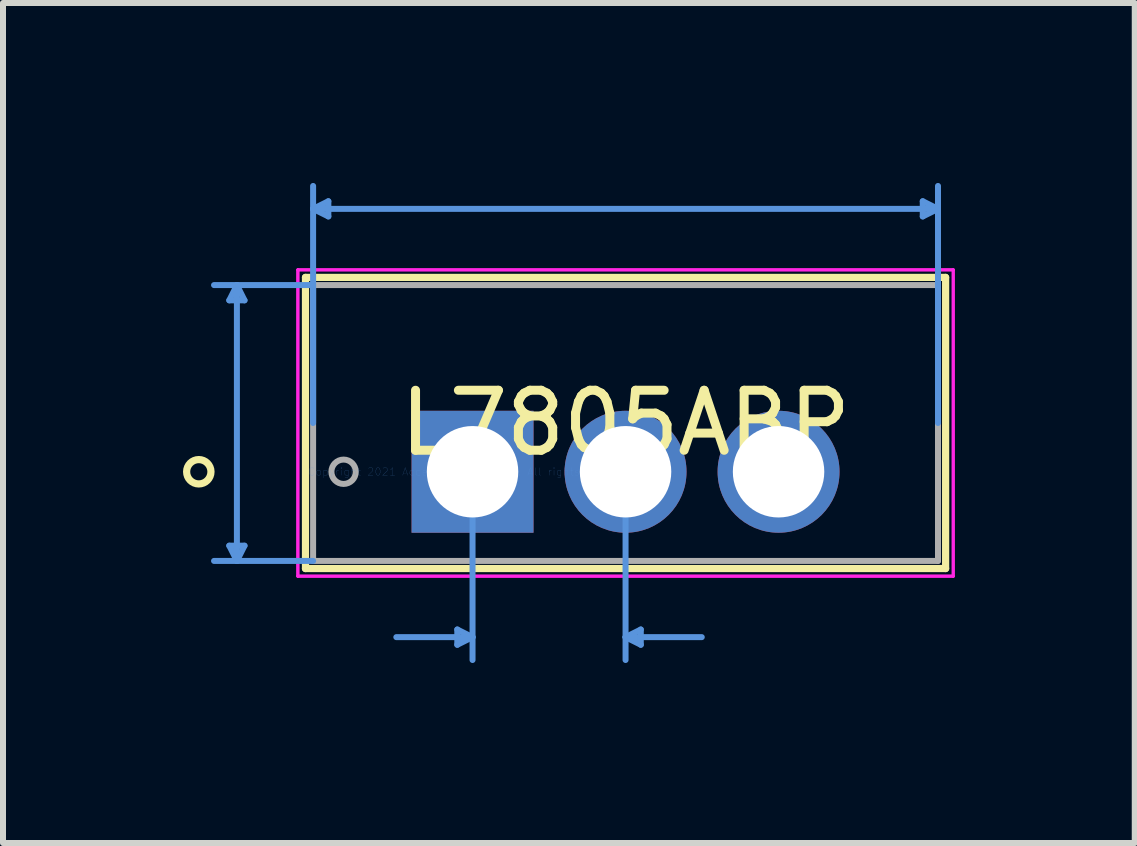
<source format=kicad_pcb>
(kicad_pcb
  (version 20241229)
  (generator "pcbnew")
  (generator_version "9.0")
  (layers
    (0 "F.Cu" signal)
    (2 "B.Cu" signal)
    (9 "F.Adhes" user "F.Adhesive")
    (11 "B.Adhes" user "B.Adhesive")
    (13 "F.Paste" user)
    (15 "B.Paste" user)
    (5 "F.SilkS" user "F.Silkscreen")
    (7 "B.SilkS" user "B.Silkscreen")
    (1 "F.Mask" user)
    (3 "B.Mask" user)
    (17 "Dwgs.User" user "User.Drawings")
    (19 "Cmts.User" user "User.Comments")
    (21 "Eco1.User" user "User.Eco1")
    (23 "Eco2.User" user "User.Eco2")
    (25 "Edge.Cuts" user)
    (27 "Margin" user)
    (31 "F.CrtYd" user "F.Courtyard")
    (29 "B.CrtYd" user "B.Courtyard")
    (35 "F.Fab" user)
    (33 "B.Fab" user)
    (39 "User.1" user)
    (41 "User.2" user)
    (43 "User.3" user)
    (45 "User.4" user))
  (footprint "L7805ABP"
    (layer "F.Cu")
    (at 4.825 4.812)
    (property "Reference" "L7805ABP" (at 2.55 -0.813 0) (layer "F.SilkS") (effects (font (size 1 1) (thickness 0.15))))
    (attr through_hole)
    (fp_line (start -2.784 -3.239) (end -2.784 1.613) (stroke (width 0.12) (type solid)) (layer "F.SilkS"))
    (fp_line (start -2.784 1.613) (end 7.884 1.613) (stroke (width 0.12) (type solid)) (layer "F.SilkS"))
    (fp_line (start 7.884 -3.239) (end -2.784 -3.239) (stroke (width 0.12) (type solid)) (layer "F.SilkS"))
    (fp_line (start 7.884 1.613) (end 7.884 -3.239) (stroke (width 0.12) (type solid)) (layer "F.SilkS"))
    (fp_circle (center -4.562 0) (end -4.359 0) (stroke (width 0.12) (type solid)) (fill no) (layer "F.SilkS"))
    (fp_line (start -4.054 -2.857) (end -3.8 -2.857) (stroke (width 0.1) (type solid)) (layer "Cmts.User"))
    (fp_line (start -4.054 1.232) (end -3.8 1.232) (stroke (width 0.1) (type solid)) (layer "Cmts.User"))
    (fp_line (start -3.927 -3.111) (end -4.054 -2.857) (stroke (width 0.1) (type solid)) (layer "Cmts.User"))
    (fp_line (start -3.927 -3.111) (end -3.927 1.486) (stroke (width 0.1) (type solid)) (layer "Cmts.User"))
    (fp_line (start -3.927 -3.111) (end -3.8 -2.857) (stroke (width 0.1) (type solid)) (layer "Cmts.User"))
    (fp_line (start -3.927 1.486) (end -4.054 1.232) (stroke (width 0.1) (type solid)) (layer "Cmts.User"))
    (fp_line (start -3.927 1.486) (end -3.8 1.232) (stroke (width 0.1) (type solid)) (layer "Cmts.User"))
    (fp_line (start -2.657 -4.381) (end -2.403 -4.508) (stroke (width 0.1) (type solid)) (layer "Cmts.User"))
    (fp_line (start -2.657 -4.381) (end -2.403 -4.255) (stroke (width 0.1) (type solid)) (layer "Cmts.User"))
    (fp_line (start -2.657 -4.381) (end 7.757 -4.381) (stroke (width 0.1) (type solid)) (layer "Cmts.User"))
    (fp_line (start -2.657 -3.111) (end -4.308 -3.111) (stroke (width 0.1) (type solid)) (layer "Cmts.User"))
    (fp_line (start -2.657 -0.813) (end -2.657 -4.763) (stroke (width 0.1) (type solid)) (layer "Cmts.User"))
    (fp_line (start -2.657 1.486) (end -4.308 1.486) (stroke (width 0.1) (type solid)) (layer "Cmts.User"))
    (fp_line (start -2.403 -4.508) (end -2.403 -4.255) (stroke (width 0.1) (type solid)) (layer "Cmts.User"))
    (fp_line (start -0.254 2.629) (end -0.254 2.883) (stroke (width 0.1) (type solid)) (layer "Cmts.User"))
    (fp_line (start 0 0) (end 0 3.137) (stroke (width 0.1) (type solid)) (layer "Cmts.User"))
    (fp_line (start 0 2.756) (end -1.27 2.756) (stroke (width 0.1) (type solid)) (layer "Cmts.User"))
    (fp_line (start 0 2.756) (end -0.254 2.629) (stroke (width 0.1) (type solid)) (layer "Cmts.User"))
    (fp_line (start 0 2.756) (end -0.254 2.883) (stroke (width 0.1) (type solid)) (layer "Cmts.User"))
    (fp_line (start 2.55 0) (end 2.55 3.137) (stroke (width 0.1) (type solid)) (layer "Cmts.User"))
    (fp_line (start 2.55 2.756) (end 2.804 2.629) (stroke (width 0.1) (type solid)) (layer "Cmts.User"))
    (fp_line (start 2.55 2.756) (end 2.804 2.883) (stroke (width 0.1) (type solid)) (layer "Cmts.User"))
    (fp_line (start 2.55 2.756) (end 3.82 2.756) (stroke (width 0.1) (type solid)) (layer "Cmts.User"))
    (fp_line (start 2.804 2.629) (end 2.804 2.883) (stroke (width 0.1) (type solid)) (layer "Cmts.User"))
    (fp_line (start 7.503 -4.508) (end 7.503 -4.255) (stroke (width 0.1) (type solid)) (layer "Cmts.User"))
    (fp_line (start 7.757 -4.381) (end 7.503 -4.508) (stroke (width 0.1) (type solid)) (layer "Cmts.User"))
    (fp_line (start 7.757 -4.381) (end 7.503 -4.255) (stroke (width 0.1) (type solid)) (layer "Cmts.User"))
    (fp_line (start 7.757 -0.813) (end 7.757 -4.763) (stroke (width 0.1) (type solid)) (layer "Cmts.User"))
    (fp_line (start -2.911 -3.365) (end 8.011 -3.365) (stroke (width 0.05) (type solid)) (layer "F.CrtYd"))
    (fp_line (start -2.911 -3.365) (end 8.011 -3.365) (stroke (width 0.05) (type solid)) (layer "F.CrtYd"))
    (fp_line (start -2.911 1.74) (end -2.911 -3.365) (stroke (width 0.05) (type solid)) (layer "F.CrtYd"))
    (fp_line (start -2.911 1.74) (end -2.911 -3.365) (stroke (width 0.05) (type solid)) (layer "F.CrtYd"))
    (fp_line (start 8.011 -3.365) (end 8.011 1.74) (stroke (width 0.05) (type solid)) (layer "F.CrtYd"))
    (fp_line (start 8.011 -3.365) (end 8.011 1.74) (stroke (width 0.05) (type solid)) (layer "F.CrtYd"))
    (fp_line (start 8.011 1.74) (end -2.911 1.74) (stroke (width 0.05) (type solid)) (layer "F.CrtYd"))
    (fp_line (start 8.011 1.74) (end -2.911 1.74) (stroke (width 0.05) (type solid)) (layer "F.CrtYd"))
    (fp_line (start -2.657 -3.111) (end -2.657 1.486) (stroke (width 0.1) (type solid)) (layer "F.Fab"))
    (fp_line (start -2.657 1.486) (end 7.757 1.486) (stroke (width 0.1) (type solid)) (layer "F.Fab"))
    (fp_line (start -0.254 0) (end 0.254 0) (stroke (width 0.1) (type solid)) (layer "F.Fab"))
    (fp_line (start 0 0.254) (end 0 -0.254) (stroke (width 0.1) (type solid)) (layer "F.Fab"))
    (fp_line (start 7.757 -3.111) (end -2.657 -3.111) (stroke (width 0.1) (type solid)) (layer "F.Fab"))
    (fp_line (start 7.757 1.486) (end 7.757 -3.111) (stroke (width 0.1) (type solid)) (layer "F.Fab"))
    (fp_circle (center -2.149 0) (end -1.946 0) (stroke (width 0.1) (type solid)) (fill no) (layer "F.Fab"))
    (fp_text user "*" (at 0 0 0) (layer "F.SilkS") (effects (font (size 1 1) (thickness 0.15))))
    (fp_text user "Copyright 2021 Accelerated Designs. All rights reserved." (at 0 0 0) (layer "Cmts.User") (effects (font (size 0.127 0.127) (thickness 0.002))))
    (fp_text user "*" (at 0 0 0) (layer "F.Fab") (effects (font (size 1 1) (thickness 0.15))))
    (pad "1" thru_hole rect (at 0 0) (size 2.032 2.032) (drill 1.524) (layers "*.Cu" "*.Mask"))
    (pad "2" thru_hole circle (at 2.55 0) (size 2.032 2.032) (drill 1.524) (layers "*.Cu" "*.Mask"))
    (pad "3" thru_hole circle (at 5.1 0) (size 2.032 2.032) (drill 1.524) (layers "*.Cu" "*.Mask")))
  (gr_rect
    (start -3 -3)
    (end 15.861 10.999)
    (stroke (width 0.1) (type default))
    (fill no)
    (layer "Edge.Cuts")))
</source>
